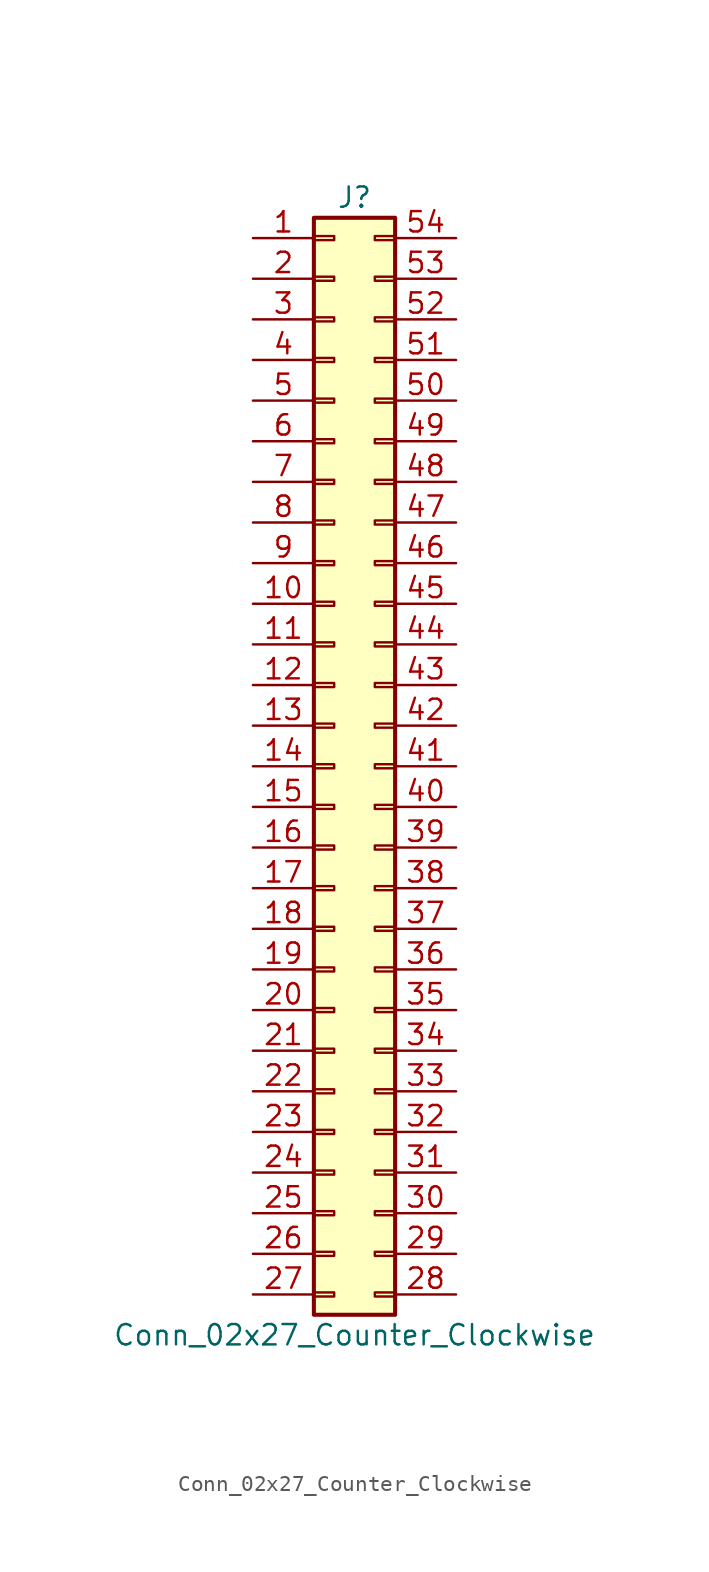
<source format=kicad_sym>
(kicad_symbol_lib
  (version 20201005)
  (generator kicad_symbol_editor)
  (symbol "Connector_Generic:Conn_02x27_Counter_Clockwise"
    (pin_names
      (offset 1.016) hide)
    (property "Reference" "J"
      (at 1.27 35.56 0)
      (effects (font (size 1.27 1.27))))
    (property "Value" "Conn_02x27_Counter_Clockwise"
      (at 1.27 -35.56 0)
      (effects (font (size 1.27 1.27))))
    (symbol "Conn_02x27_Counter_Clockwise_1_1"
      (rectangle (start -1.27 -27.813) (end 0 -28.067) (stroke (width 0.152)) (fill (type none)))
      (rectangle (start -1.27 -30.353) (end 0 -30.607) (stroke (width 0.152)) (fill (type none)))
      (rectangle (start -1.27 -32.893) (end 0 -33.147) (stroke (width 0.152)) (fill (type none)))
      (rectangle (start -1.27 -4.953) (end 0 -5.207) (stroke (width 0.152)) (fill (type none)))
      (rectangle (start -1.27 -7.493) (end 0 -7.747) (stroke (width 0.152)) (fill (type none)))
      (rectangle (start -1.27 -10.033) (end 0 -10.287) (stroke (width 0.152)) (fill (type none)))
      (rectangle (start -1.27 -12.573) (end 0 -12.827) (stroke (width 0.152)) (fill (type none)))
      (rectangle (start -1.27 -15.113) (end 0 -15.367) (stroke (width 0.152)) (fill (type none)))
      (rectangle (start -1.27 -17.653) (end 0 -17.907) (stroke (width 0.152)) (fill (type none)))
      (rectangle (start -1.27 -20.193) (end 0 -20.447) (stroke (width 0.152)) (fill (type none)))
      (rectangle (start -1.27 -22.733) (end 0 -22.987) (stroke (width 0.152)) (fill (type none)))
      (rectangle (start -1.27 -2.413) (end 0 -2.667) (stroke (width 0.152)) (fill (type none)))
      (rectangle (start -1.27 -25.273) (end 0 -25.527) (stroke (width 0.152)) (fill (type none)))
      (rectangle (start -1.27 25.527) (end 0 25.273) (stroke (width 0.152)) (fill (type none)))
      (rectangle (start -1.27 2.667) (end 0 2.413) (stroke (width 0.152)) (fill (type none)))
      (rectangle (start -1.27 28.067) (end 0 27.813) (stroke (width 0.152)) (fill (type none)))
      (rectangle (start -1.27 30.607) (end 0 30.353) (stroke (width 0.152)) (fill (type none)))
      (rectangle (start -1.27 33.147) (end 0 32.893) (stroke (width 0.152)) (fill (type none)))
      (rectangle (start -1.27 34.29) (end 3.81 -34.29) (stroke (width 0.254)) (fill (type background)))
      (rectangle (start -1.27 5.207) (end 0 4.953) (stroke (width 0.152)) (fill (type none)))
      (rectangle (start -1.27 7.747) (end 0 7.493) (stroke (width 0.152)) (fill (type none)))
      (rectangle (start -1.27 10.287) (end 0 10.033) (stroke (width 0.152)) (fill (type none)))
      (rectangle (start -1.27 0.127) (end 0 -0.127) (stroke (width 0.152)) (fill (type none)))
      (rectangle (start -1.27 12.827) (end 0 12.573) (stroke (width 0.152)) (fill (type none)))
      (rectangle (start -1.27 15.367) (end 0 15.113) (stroke (width 0.152)) (fill (type none)))
      (rectangle (start -1.27 17.907) (end 0 17.653) (stroke (width 0.152)) (fill (type none)))
      (rectangle (start -1.27 20.447) (end 0 20.193) (stroke (width 0.152)) (fill (type none)))
      (rectangle (start -1.27 22.987) (end 0 22.733) (stroke (width 0.152)) (fill (type none)))
      (rectangle (start 3.81 -27.813) (end 2.54 -28.067) (stroke (width 0.152)) (fill (type none)))
      (rectangle (start 3.81 -30.353) (end 2.54 -30.607) (stroke (width 0.152)) (fill (type none)))
      (rectangle (start 3.81 -32.893) (end 2.54 -33.147) (stroke (width 0.152)) (fill (type none)))
      (rectangle (start 3.81 -4.953) (end 2.54 -5.207) (stroke (width 0.152)) (fill (type none)))
      (rectangle (start 3.81 -7.493) (end 2.54 -7.747) (stroke (width 0.152)) (fill (type none)))
      (rectangle (start 3.81 -10.033) (end 2.54 -10.287) (stroke (width 0.152)) (fill (type none)))
      (rectangle (start 3.81 -12.573) (end 2.54 -12.827) (stroke (width 0.152)) (fill (type none)))
      (rectangle (start 3.81 -15.113) (end 2.54 -15.367) (stroke (width 0.152)) (fill (type none)))
      (rectangle (start 3.81 -17.653) (end 2.54 -17.907) (stroke (width 0.152)) (fill (type none)))
      (rectangle (start 3.81 -20.193) (end 2.54 -20.447) (stroke (width 0.152)) (fill (type none)))
      (rectangle (start 3.81 -22.733) (end 2.54 -22.987) (stroke (width 0.152)) (fill (type none)))
      (rectangle (start 3.81 -2.413) (end 2.54 -2.667) (stroke (width 0.152)) (fill (type none)))
      (rectangle (start 3.81 -25.273) (end 2.54 -25.527) (stroke (width 0.152)) (fill (type none)))
      (rectangle (start 3.81 25.527) (end 2.54 25.273) (stroke (width 0.152)) (fill (type none)))
      (rectangle (start 3.81 2.667) (end 2.54 2.413) (stroke (width 0.152)) (fill (type none)))
      (rectangle (start 3.81 28.067) (end 2.54 27.813) (stroke (width 0.152)) (fill (type none)))
      (rectangle (start 3.81 30.607) (end 2.54 30.353) (stroke (width 0.152)) (fill (type none)))
      (rectangle (start 3.81 33.147) (end 2.54 32.893) (stroke (width 0.152)) (fill (type none)))
      (rectangle (start 3.81 5.207) (end 2.54 4.953) (stroke (width 0.152)) (fill (type none)))
      (rectangle (start 3.81 7.747) (end 2.54 7.493) (stroke (width 0.152)) (fill (type none)))
      (rectangle (start 3.81 10.287) (end 2.54 10.033) (stroke (width 0.152)) (fill (type none)))
      (rectangle (start 3.81 0.127) (end 2.54 -0.127) (stroke (width 0.152)) (fill (type none)))
      (rectangle (start 3.81 12.827) (end 2.54 12.573) (stroke (width 0.152)) (fill (type none)))
      (rectangle (start 3.81 15.367) (end 2.54 15.113) (stroke (width 0.152)) (fill (type none)))
      (rectangle (start 3.81 17.907) (end 2.54 17.653) (stroke (width 0.152)) (fill (type none)))
      (rectangle (start 3.81 20.447) (end 2.54 20.193) (stroke (width 0.152)) (fill (type none)))
      (rectangle (start 3.81 22.987) (end 2.54 22.733) (stroke (width 0.152)) (fill (type none)))
      (pin passive line (at -5.08 33.02 0) (length 3.81) (name "Pin_1" (effects (font (size 1.27 1.27)))) (number "1" (effects (font (size 1.27 1.27)))))
      (pin passive line (at -5.08 10.16 0) (length 3.81) (name "Pin_10" (effects (font (size 1.27 1.27)))) (number "10" (effects (font (size 1.27 1.27)))))
      (pin passive line (at -5.08 7.62 0) (length 3.81) (name "Pin_11" (effects (font (size 1.27 1.27)))) (number "11" (effects (font (size 1.27 1.27)))))
      (pin passive line (at -5.08 5.08 0) (length 3.81) (name "Pin_12" (effects (font (size 1.27 1.27)))) (number "12" (effects (font (size 1.27 1.27)))))
      (pin passive line (at -5.08 2.54 0) (length 3.81) (name "Pin_13" (effects (font (size 1.27 1.27)))) (number "13" (effects (font (size 1.27 1.27)))))
      (pin passive line (at -5.08 0 0) (length 3.81) (name "Pin_14" (effects (font (size 1.27 1.27)))) (number "14" (effects (font (size 1.27 1.27)))))
      (pin passive line (at -5.08 -2.54 0) (length 3.81) (name "Pin_15" (effects (font (size 1.27 1.27)))) (number "15" (effects (font (size 1.27 1.27)))))
      (pin passive line (at -5.08 -5.08 0) (length 3.81) (name "Pin_16" (effects (font (size 1.27 1.27)))) (number "16" (effects (font (size 1.27 1.27)))))
      (pin passive line (at -5.08 -7.62 0) (length 3.81) (name "Pin_17" (effects (font (size 1.27 1.27)))) (number "17" (effects (font (size 1.27 1.27)))))
      (pin passive line (at -5.08 -10.16 0) (length 3.81) (name "Pin_18" (effects (font (size 1.27 1.27)))) (number "18" (effects (font (size 1.27 1.27)))))
      (pin passive line (at -5.08 -12.7 0) (length 3.81) (name "Pin_19" (effects (font (size 1.27 1.27)))) (number "19" (effects (font (size 1.27 1.27)))))
      (pin passive line (at -5.08 30.48 0) (length 3.81) (name "Pin_2" (effects (font (size 1.27 1.27)))) (number "2" (effects (font (size 1.27 1.27)))))
      (pin passive line (at -5.08 -15.24 0) (length 3.81) (name "Pin_20" (effects (font (size 1.27 1.27)))) (number "20" (effects (font (size 1.27 1.27)))))
      (pin passive line (at -5.08 -17.78 0) (length 3.81) (name "Pin_21" (effects (font (size 1.27 1.27)))) (number "21" (effects (font (size 1.27 1.27)))))
      (pin passive line (at -5.08 -20.32 0) (length 3.81) (name "Pin_22" (effects (font (size 1.27 1.27)))) (number "22" (effects (font (size 1.27 1.27)))))
      (pin passive line (at -5.08 -22.86 0) (length 3.81) (name "Pin_23" (effects (font (size 1.27 1.27)))) (number "23" (effects (font (size 1.27 1.27)))))
      (pin passive line (at -5.08 -25.4 0) (length 3.81) (name "Pin_24" (effects (font (size 1.27 1.27)))) (number "24" (effects (font (size 1.27 1.27)))))
      (pin passive line (at -5.08 -27.94 0) (length 3.81) (name "Pin_25" (effects (font (size 1.27 1.27)))) (number "25" (effects (font (size 1.27 1.27)))))
      (pin passive line (at -5.08 -30.48 0) (length 3.81) (name "Pin_26" (effects (font (size 1.27 1.27)))) (number "26" (effects (font (size 1.27 1.27)))))
      (pin passive line (at -5.08 -33.02 0) (length 3.81) (name "Pin_27" (effects (font (size 1.27 1.27)))) (number "27" (effects (font (size 1.27 1.27)))))
      (pin passive line (at 7.62 -33.02 180) (length 3.81) (name "Pin_28" (effects (font (size 1.27 1.27)))) (number "28" (effects (font (size 1.27 1.27)))))
      (pin passive line (at 7.62 -30.48 180) (length 3.81) (name "Pin_29" (effects (font (size 1.27 1.27)))) (number "29" (effects (font (size 1.27 1.27)))))
      (pin passive line (at -5.08 27.94 0) (length 3.81) (name "Pin_3" (effects (font (size 1.27 1.27)))) (number "3" (effects (font (size 1.27 1.27)))))
      (pin passive line (at 7.62 -27.94 180) (length 3.81) (name "Pin_30" (effects (font (size 1.27 1.27)))) (number "30" (effects (font (size 1.27 1.27)))))
      (pin passive line (at 7.62 -25.4 180) (length 3.81) (name "Pin_31" (effects (font (size 1.27 1.27)))) (number "31" (effects (font (size 1.27 1.27)))))
      (pin passive line (at 7.62 -22.86 180) (length 3.81) (name "Pin_32" (effects (font (size 1.27 1.27)))) (number "32" (effects (font (size 1.27 1.27)))))
      (pin passive line (at 7.62 -20.32 180) (length 3.81) (name "Pin_33" (effects (font (size 1.27 1.27)))) (number "33" (effects (font (size 1.27 1.27)))))
      (pin passive line (at 7.62 -17.78 180) (length 3.81) (name "Pin_34" (effects (font (size 1.27 1.27)))) (number "34" (effects (font (size 1.27 1.27)))))
      (pin passive line (at 7.62 -15.24 180) (length 3.81) (name "Pin_35" (effects (font (size 1.27 1.27)))) (number "35" (effects (font (size 1.27 1.27)))))
      (pin passive line (at 7.62 -12.7 180) (length 3.81) (name "Pin_36" (effects (font (size 1.27 1.27)))) (number "36" (effects (font (size 1.27 1.27)))))
      (pin passive line (at 7.62 -10.16 180) (length 3.81) (name "Pin_37" (effects (font (size 1.27 1.27)))) (number "37" (effects (font (size 1.27 1.27)))))
      (pin passive line (at 7.62 -7.62 180) (length 3.81) (name "Pin_38" (effects (font (size 1.27 1.27)))) (number "38" (effects (font (size 1.27 1.27)))))
      (pin passive line (at 7.62 -5.08 180) (length 3.81) (name "Pin_39" (effects (font (size 1.27 1.27)))) (number "39" (effects (font (size 1.27 1.27)))))
      (pin passive line (at -5.08 25.4 0) (length 3.81) (name "Pin_4" (effects (font (size 1.27 1.27)))) (number "4" (effects (font (size 1.27 1.27)))))
      (pin passive line (at 7.62 -2.54 180) (length 3.81) (name "Pin_40" (effects (font (size 1.27 1.27)))) (number "40" (effects (font (size 1.27 1.27)))))
      (pin passive line (at 7.62 0 180) (length 3.81) (name "Pin_41" (effects (font (size 1.27 1.27)))) (number "41" (effects (font (size 1.27 1.27)))))
      (pin passive line (at 7.62 2.54 180) (length 3.81) (name "Pin_42" (effects (font (size 1.27 1.27)))) (number "42" (effects (font (size 1.27 1.27)))))
      (pin passive line (at 7.62 5.08 180) (length 3.81) (name "Pin_43" (effects (font (size 1.27 1.27)))) (number "43" (effects (font (size 1.27 1.27)))))
      (pin passive line (at 7.62 7.62 180) (length 3.81) (name "Pin_44" (effects (font (size 1.27 1.27)))) (number "44" (effects (font (size 1.27 1.27)))))
      (pin passive line (at 7.62 10.16 180) (length 3.81) (name "Pin_45" (effects (font (size 1.27 1.27)))) (number "45" (effects (font (size 1.27 1.27)))))
      (pin passive line (at 7.62 12.7 180) (length 3.81) (name "Pin_46" (effects (font (size 1.27 1.27)))) (number "46" (effects (font (size 1.27 1.27)))))
      (pin passive line (at 7.62 15.24 180) (length 3.81) (name "Pin_47" (effects (font (size 1.27 1.27)))) (number "47" (effects (font (size 1.27 1.27)))))
      (pin passive line (at 7.62 17.78 180) (length 3.81) (name "Pin_48" (effects (font (size 1.27 1.27)))) (number "48" (effects (font (size 1.27 1.27)))))
      (pin passive line (at 7.62 20.32 180) (length 3.81) (name "Pin_49" (effects (font (size 1.27 1.27)))) (number "49" (effects (font (size 1.27 1.27)))))
      (pin passive line (at -5.08 22.86 0) (length 3.81) (name "Pin_5" (effects (font (size 1.27 1.27)))) (number "5" (effects (font (size 1.27 1.27)))))
      (pin passive line (at 7.62 22.86 180) (length 3.81) (name "Pin_50" (effects (font (size 1.27 1.27)))) (number "50" (effects (font (size 1.27 1.27)))))
      (pin passive line (at 7.62 25.4 180) (length 3.81) (name "Pin_51" (effects (font (size 1.27 1.27)))) (number "51" (effects (font (size 1.27 1.27)))))
      (pin passive line (at 7.62 27.94 180) (length 3.81) (name "Pin_52" (effects (font (size 1.27 1.27)))) (number "52" (effects (font (size 1.27 1.27)))))
      (pin passive line (at 7.62 30.48 180) (length 3.81) (name "Pin_53" (effects (font (size 1.27 1.27)))) (number "53" (effects (font (size 1.27 1.27)))))
      (pin passive line (at 7.62 33.02 180) (length 3.81) (name "Pin_54" (effects (font (size 1.27 1.27)))) (number "54" (effects (font (size 1.27 1.27)))))
      (pin passive line (at -5.08 20.32 0) (length 3.81) (name "Pin_6" (effects (font (size 1.27 1.27)))) (number "6" (effects (font (size 1.27 1.27)))))
      (pin passive line (at -5.08 17.78 0) (length 3.81) (name "Pin_7" (effects (font (size 1.27 1.27)))) (number "7" (effects (font (size 1.27 1.27)))))
      (pin passive line (at -5.08 15.24 0) (length 3.81) (name "Pin_8" (effects (font (size 1.27 1.27)))) (number "8" (effects (font (size 1.27 1.27)))))
      (pin passive line (at -5.08 12.7 0) (length 3.81) (name "Pin_9" (effects (font (size 1.27 1.27)))) (number "9" (effects (font (size 1.27 1.27))))))))
</source>
